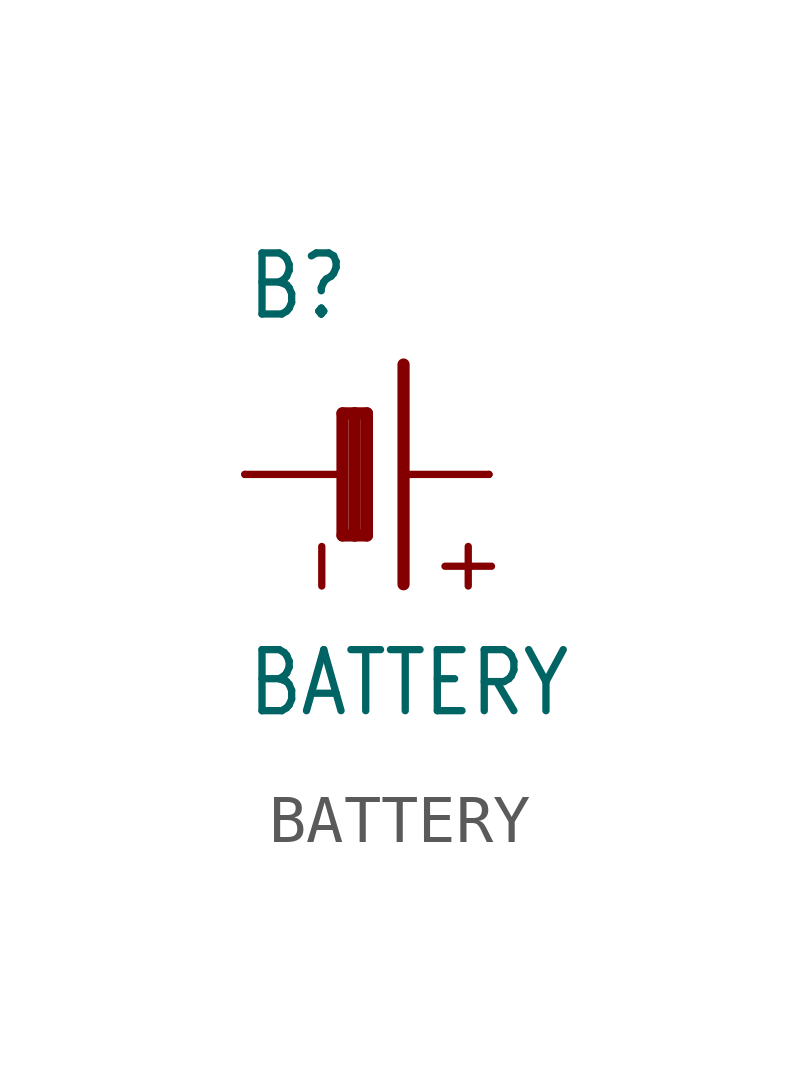
<source format=kicad_sym>
(kicad_symbol_lib
  (version 20201005)
  (generator kicad_symbol_editor)
  (symbol "Adafruit PowerBoost 1000C Rev B-eagle-import:BATTERY"
    (property "Reference" "B"
      (at -2.54 3.175 0)
      (effects (font (size 1.27 1.079)) (justify left bottom)))
    (property "Value" "BATTERY"
      (at -2.54 -5.08 0)
      (effects (font (size 1.27 1.079)) (justify left bottom)))
    (property "ki_locked" ""
      (at 0 0 0)
      (effects (font (size 1.27 1.27))))
    (symbol "BATTERY_1_0"
      (text "+" (at 1.27 -1.143 900) (effects (font (size 1.27 1.079)) (justify right top)))
      (text "-" (at -1.778 -1.143 900) (effects (font (size 1.27 1.079)) (justify right top)))
      (polyline (pts (xy -2.54 0) (xy -0.635 0)) (stroke (width 0.152)) (fill (type none)))
      (polyline (pts (xy -0.508 -1.27) (xy -0.508 1.27)) (stroke (width 0.254)) (fill (type none)))
      (polyline (pts (xy -0.508 1.27) (xy -0.254 1.27)) (stroke (width 0.254)) (fill (type none)))
      (polyline (pts (xy -0.254 -1.27) (xy -0.508 -1.27)) (stroke (width 0.254)) (fill (type none)))
      (polyline (pts (xy -0.254 1.27) (xy -0.254 -1.27)) (stroke (width 0.254)) (fill (type none)))
      (polyline (pts (xy -0.254 1.27) (xy 0 1.27)) (stroke (width 0.254)) (fill (type none)))
      (polyline (pts (xy 0 -1.27) (xy -0.254 -1.27)) (stroke (width 0.254)) (fill (type none)))
      (polyline (pts (xy 0 1.27) (xy 0 -1.27)) (stroke (width 0.254)) (fill (type none)))
      (polyline (pts (xy 0.762 2.286) (xy 0.762 -2.286)) (stroke (width 0.254)) (fill (type none)))
      (polyline (pts (xy 0.889 0) (xy 2.54 0)) (stroke (width 0.152)) (fill (type none)))
      (pin passive line (at -2.54 0 0) (length 0) (name "-" (effects (font (size 0 0)))) (number "1" (effects (font (size 0 0)))))
      (pin passive line (at 2.54 0 180) (length 0) (name "+" (effects (font (size 0 0)))) (number "2" (effects (font (size 0 0))))))))
</source>
